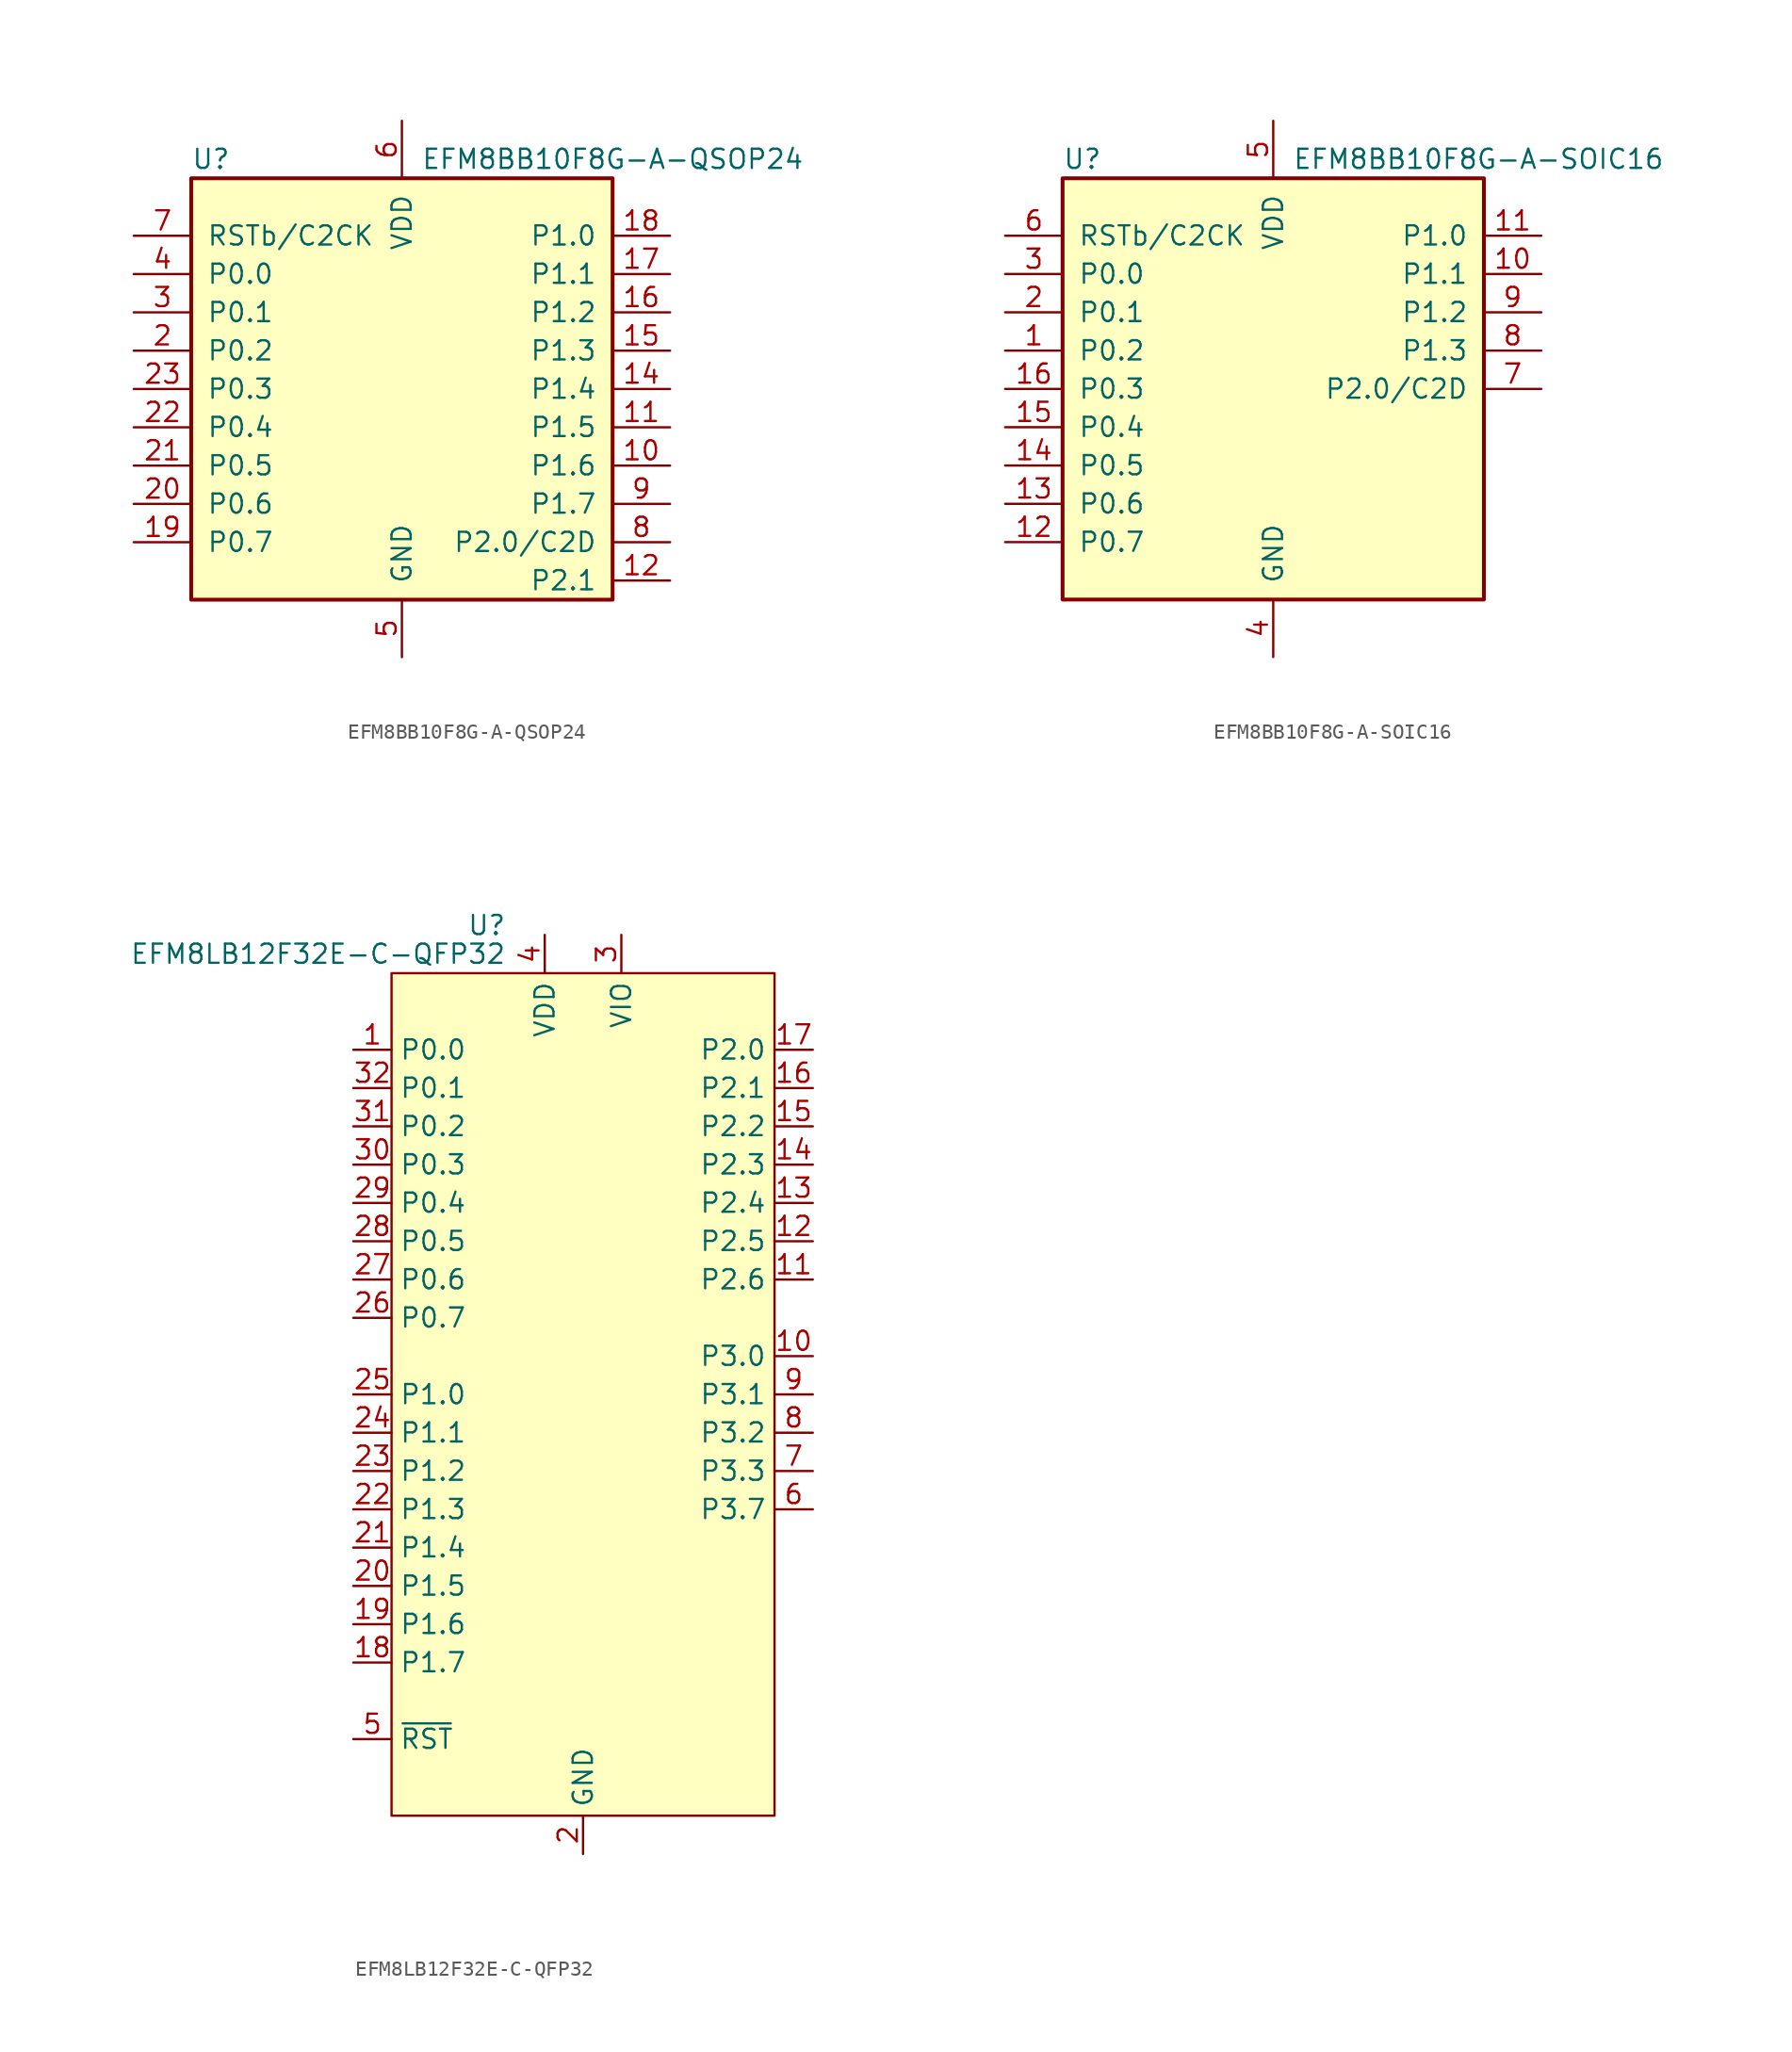
<source format=kicad_sym>
(kicad_symbol_lib
  (version 20231120)
  (generator "kicad_symbol_editor")
  (generator_version "8.0")
  (symbol "EFM8BB10F8G-A-QSOP24"
    (pin_names
      (offset 1.016))
    (property "Reference" "U"
      (at -13.97 15.24 0)
      (effects (font (size 1.27 1.27)) (justify left)))
    (property "Value" "EFM8BB10F8G-A-QSOP24"
      (at 1.27 15.24 0)
      (effects (font (size 1.27 1.27)) (justify left)))
    (symbol "EFM8BB10F8G-A-QSOP24_0_1"
      (rectangle (start -13.97 13.97) (end 13.97 -13.97) (stroke (width 0.254) (type default)) (fill (type background)))
      (pin no_connect line (at 0 2.54 0) (length 3.81) hide (name "NC" (effects (font (size 1.27 1.27)))) (number "1" (effects (font (size 1.27 1.27)))))
      (pin bidirectional line (at 17.78 -5.08 180) (length 3.81) (name "P1.6" (effects (font (size 1.27 1.27)))) (number "10" (effects (font (size 1.27 1.27)))))
      (pin bidirectional line (at 17.78 -2.54 180) (length 3.81) (name "P1.5" (effects (font (size 1.27 1.27)))) (number "11" (effects (font (size 1.27 1.27)))))
      (pin bidirectional line (at 17.78 -12.7 180) (length 3.81) (name "P2.1" (effects (font (size 1.27 1.27)))) (number "12" (effects (font (size 1.27 1.27)))))
      (pin no_connect line (at 0 0 0) (length 3.81) hide (name "NC" (effects (font (size 1.27 1.27)))) (number "13" (effects (font (size 1.27 1.27)))))
      (pin bidirectional line (at 17.78 0 180) (length 3.81) (name "P1.4" (effects (font (size 1.27 1.27)))) (number "14" (effects (font (size 1.27 1.27)))))
      (pin bidirectional line (at 17.78 2.54 180) (length 3.81) (name "P1.3" (effects (font (size 1.27 1.27)))) (number "15" (effects (font (size 1.27 1.27)))))
      (pin bidirectional line (at 17.78 5.08 180) (length 3.81) (name "P1.2" (effects (font (size 1.27 1.27)))) (number "16" (effects (font (size 1.27 1.27)))))
      (pin bidirectional line (at 17.78 7.62 180) (length 3.81) (name "P1.1" (effects (font (size 1.27 1.27)))) (number "17" (effects (font (size 1.27 1.27)))))
      (pin bidirectional line (at 17.78 10.16 180) (length 3.81) (name "P1.0" (effects (font (size 1.27 1.27)))) (number "18" (effects (font (size 1.27 1.27)))))
      (pin bidirectional line (at -17.78 -10.16 0) (length 3.81) (name "P0.7" (effects (font (size 1.27 1.27)))) (number "19" (effects (font (size 1.27 1.27)))))
      (pin bidirectional line (at -17.78 2.54 0) (length 3.81) (name "P0.2" (effects (font (size 1.27 1.27)))) (number "2" (effects (font (size 1.27 1.27)))))
      (pin bidirectional line (at -17.78 -7.62 0) (length 3.81) (name "P0.6" (effects (font (size 1.27 1.27)))) (number "20" (effects (font (size 1.27 1.27)))))
      (pin bidirectional line (at -17.78 -5.08 0) (length 3.81) (name "P0.5" (effects (font (size 1.27 1.27)))) (number "21" (effects (font (size 1.27 1.27)))))
      (pin bidirectional line (at -17.78 -2.54 0) (length 3.81) (name "P0.4" (effects (font (size 1.27 1.27)))) (number "22" (effects (font (size 1.27 1.27)))))
      (pin bidirectional line (at -17.78 0 0) (length 3.81) (name "P0.3" (effects (font (size 1.27 1.27)))) (number "23" (effects (font (size 1.27 1.27)))))
      (pin no_connect line (at 0 -2.54 0) (length 3.81) hide (name "NC" (effects (font (size 1.27 1.27)))) (number "24" (effects (font (size 1.27 1.27)))))
      (pin bidirectional line (at -17.78 5.08 0) (length 3.81) (name "P0.1" (effects (font (size 1.27 1.27)))) (number "3" (effects (font (size 1.27 1.27)))))
      (pin bidirectional line (at -17.78 7.62 0) (length 3.81) (name "P0.0" (effects (font (size 1.27 1.27)))) (number "4" (effects (font (size 1.27 1.27)))))
      (pin power_in line (at 0 -17.78 90) (length 3.81) (name "GND" (effects (font (size 1.27 1.27)))) (number "5" (effects (font (size 1.27 1.27)))))
      (pin power_in line (at 0 17.78 270) (length 3.81) (name "VDD" (effects (font (size 1.27 1.27)))) (number "6" (effects (font (size 1.27 1.27)))))
      (pin input line (at -17.78 10.16 0) (length 3.81) (name "RSTb/C2CK" (effects (font (size 1.27 1.27)))) (number "7" (effects (font (size 1.27 1.27)))))
      (pin bidirectional line (at 17.78 -10.16 180) (length 3.81) (name "P2.0/C2D" (effects (font (size 1.27 1.27)))) (number "8" (effects (font (size 1.27 1.27)))))
      (pin bidirectional line (at 17.78 -7.62 180) (length 3.81) (name "P1.7" (effects (font (size 1.27 1.27)))) (number "9" (effects (font (size 1.27 1.27)))))))
  (symbol "EFM8BB10F8G-A-SOIC16"
    (pin_names
      (offset 1.016))
    (property "Reference" "U"
      (at -13.97 15.24 0)
      (effects (font (size 1.27 1.27)) (justify left)))
    (property "Value" "EFM8BB10F8G-A-SOIC16"
      (at 1.27 15.24 0)
      (effects (font (size 1.27 1.27)) (justify left)))
    (symbol "EFM8BB10F8G-A-SOIC16_0_1"
      (rectangle (start -13.97 13.97) (end 13.97 -13.97) (stroke (width 0.254) (type default)) (fill (type background)))
      (pin bidirectional line (at -17.78 2.54 0) (length 3.81) (name "P0.2" (effects (font (size 1.27 1.27)))) (number "1" (effects (font (size 1.27 1.27)))))
      (pin bidirectional line (at 17.78 7.62 180) (length 3.81) (name "P1.1" (effects (font (size 1.27 1.27)))) (number "10" (effects (font (size 1.27 1.27)))))
      (pin bidirectional line (at 17.78 10.16 180) (length 3.81) (name "P1.0" (effects (font (size 1.27 1.27)))) (number "11" (effects (font (size 1.27 1.27)))))
      (pin bidirectional line (at -17.78 -10.16 0) (length 3.81) (name "P0.7" (effects (font (size 1.27 1.27)))) (number "12" (effects (font (size 1.27 1.27)))))
      (pin bidirectional line (at -17.78 -7.62 0) (length 3.81) (name "P0.6" (effects (font (size 1.27 1.27)))) (number "13" (effects (font (size 1.27 1.27)))))
      (pin bidirectional line (at -17.78 -5.08 0) (length 3.81) (name "P0.5" (effects (font (size 1.27 1.27)))) (number "14" (effects (font (size 1.27 1.27)))))
      (pin bidirectional line (at -17.78 -2.54 0) (length 3.81) (name "P0.4" (effects (font (size 1.27 1.27)))) (number "15" (effects (font (size 1.27 1.27)))))
      (pin bidirectional line (at -17.78 0 0) (length 3.81) (name "P0.3" (effects (font (size 1.27 1.27)))) (number "16" (effects (font (size 1.27 1.27)))))
      (pin bidirectional line (at -17.78 5.08 0) (length 3.81) (name "P0.1" (effects (font (size 1.27 1.27)))) (number "2" (effects (font (size 1.27 1.27)))))
      (pin bidirectional line (at -17.78 7.62 0) (length 3.81) (name "P0.0" (effects (font (size 1.27 1.27)))) (number "3" (effects (font (size 1.27 1.27)))))
      (pin power_in line (at 0 -17.78 90) (length 3.81) (name "GND" (effects (font (size 1.27 1.27)))) (number "4" (effects (font (size 1.27 1.27)))))
      (pin power_in line (at 0 17.78 270) (length 3.81) (name "VDD" (effects (font (size 1.27 1.27)))) (number "5" (effects (font (size 1.27 1.27)))))
      (pin input line (at -17.78 10.16 0) (length 3.81) (name "RSTb/C2CK" (effects (font (size 1.27 1.27)))) (number "6" (effects (font (size 1.27 1.27)))))
      (pin bidirectional line (at 17.78 0 180) (length 3.81) (name "P2.0/C2D" (effects (font (size 1.27 1.27)))) (number "7" (effects (font (size 1.27 1.27)))))
      (pin bidirectional line (at 17.78 2.54 180) (length 3.81) (name "P1.3" (effects (font (size 1.27 1.27)))) (number "8" (effects (font (size 1.27 1.27)))))
      (pin bidirectional line (at 17.78 5.08 180) (length 3.81) (name "P1.2" (effects (font (size 1.27 1.27)))) (number "9" (effects (font (size 1.27 1.27)))))))
  (symbol "EFM8LB12F32E-C-QFP32"
    (property "Reference" "U"
      (at -5.08 31.115 0)
      (effects (font (size 1.27 1.27)) (justify right)))
    (property "Value" "EFM8LB12F32E-C-QFP32"
      (at -5.08 29.21 0)
      (effects (font (size 1.27 1.27)) (justify right)))
    (symbol "EFM8LB12F32E-C-QFP32_0_0"
      (pin bidirectional line (at -15.24 22.86 0) (length 2.54) (name "P0.0" (effects (font (size 1.27 1.27)))) (number "1" (effects (font (size 1.27 1.27)))))
      (pin bidirectional line (at 15.24 2.54 180) (length 2.54) (name "P3.0" (effects (font (size 1.27 1.27)))) (number "10" (effects (font (size 1.27 1.27)))))
      (pin bidirectional line (at 15.24 7.62 180) (length 2.54) (name "P2.6" (effects (font (size 1.27 1.27)))) (number "11" (effects (font (size 1.27 1.27)))))
      (pin bidirectional line (at 15.24 10.16 180) (length 2.54) (name "P2.5" (effects (font (size 1.27 1.27)))) (number "12" (effects (font (size 1.27 1.27)))))
      (pin bidirectional line (at 15.24 12.7 180) (length 2.54) (name "P2.4" (effects (font (size 1.27 1.27)))) (number "13" (effects (font (size 1.27 1.27)))))
      (pin bidirectional line (at 15.24 15.24 180) (length 2.54) (name "P2.3" (effects (font (size 1.27 1.27)))) (number "14" (effects (font (size 1.27 1.27)))))
      (pin bidirectional line (at 15.24 17.78 180) (length 2.54) (name "P2.2" (effects (font (size 1.27 1.27)))) (number "15" (effects (font (size 1.27 1.27)))))
      (pin bidirectional line (at 15.24 20.32 180) (length 2.54) (name "P2.1" (effects (font (size 1.27 1.27)))) (number "16" (effects (font (size 1.27 1.27)))))
      (pin bidirectional line (at 15.24 22.86 180) (length 2.54) (name "P2.0" (effects (font (size 1.27 1.27)))) (number "17" (effects (font (size 1.27 1.27)))))
      (pin bidirectional line (at -15.24 -17.78 0) (length 2.54) (name "P1.7" (effects (font (size 1.27 1.27)))) (number "18" (effects (font (size 1.27 1.27)))))
      (pin bidirectional line (at -15.24 -15.24 0) (length 2.54) (name "P1.6" (effects (font (size 1.27 1.27)))) (number "19" (effects (font (size 1.27 1.27)))))
      (pin power_in line (at 0 -30.48 90) (length 2.54) (name "GND" (effects (font (size 1.27 1.27)))) (number "2" (effects (font (size 1.27 1.27)))))
      (pin bidirectional line (at -15.24 -12.7 0) (length 2.54) (name "P1.5" (effects (font (size 1.27 1.27)))) (number "20" (effects (font (size 1.27 1.27)))))
      (pin bidirectional line (at -15.24 -10.16 0) (length 2.54) (name "P1.4" (effects (font (size 1.27 1.27)))) (number "21" (effects (font (size 1.27 1.27)))))
      (pin bidirectional line (at -15.24 -7.62 0) (length 2.54) (name "P1.3" (effects (font (size 1.27 1.27)))) (number "22" (effects (font (size 1.27 1.27)))))
      (pin bidirectional line (at -15.24 -5.08 0) (length 2.54) (name "P1.2" (effects (font (size 1.27 1.27)))) (number "23" (effects (font (size 1.27 1.27)))))
      (pin bidirectional line (at -15.24 -2.54 0) (length 2.54) (name "P1.1" (effects (font (size 1.27 1.27)))) (number "24" (effects (font (size 1.27 1.27)))))
      (pin bidirectional line (at -15.24 0 0) (length 2.54) (name "P1.0" (effects (font (size 1.27 1.27)))) (number "25" (effects (font (size 1.27 1.27)))))
      (pin bidirectional line (at -15.24 5.08 0) (length 2.54) (name "P0.7" (effects (font (size 1.27 1.27)))) (number "26" (effects (font (size 1.27 1.27)))))
      (pin bidirectional line (at -15.24 7.62 0) (length 2.54) (name "P0.6" (effects (font (size 1.27 1.27)))) (number "27" (effects (font (size 1.27 1.27)))))
      (pin bidirectional line (at -15.24 10.16 0) (length 2.54) (name "P0.5" (effects (font (size 1.27 1.27)))) (number "28" (effects (font (size 1.27 1.27)))))
      (pin bidirectional line (at -15.24 12.7 0) (length 2.54) (name "P0.4" (effects (font (size 1.27 1.27)))) (number "29" (effects (font (size 1.27 1.27)))))
      (pin power_in line (at 2.54 30.48 270) (length 2.54) (name "VIO" (effects (font (size 1.27 1.27)))) (number "3" (effects (font (size 1.27 1.27)))))
      (pin bidirectional line (at -15.24 15.24 0) (length 2.54) (name "P0.3" (effects (font (size 1.27 1.27)))) (number "30" (effects (font (size 1.27 1.27)))))
      (pin bidirectional line (at -15.24 17.78 0) (length 2.54) (name "P0.2" (effects (font (size 1.27 1.27)))) (number "31" (effects (font (size 1.27 1.27)))))
      (pin bidirectional line (at -15.24 20.32 0) (length 2.54) (name "P0.1" (effects (font (size 1.27 1.27)))) (number "32" (effects (font (size 1.27 1.27)))))
      (pin power_in line (at -2.54 30.48 270) (length 2.54) (name "VDD" (effects (font (size 1.27 1.27)))) (number "4" (effects (font (size 1.27 1.27)))))
      (pin input line (at -15.24 -22.86 0) (length 2.54) (name "~{RST}" (effects (font (size 1.27 1.27)))) (number "5" (effects (font (size 1.27 1.27)))) (alternate "C2CK" input line))
      (pin bidirectional line (at 15.24 -7.62 180) (length 2.54) (name "P3.7" (effects (font (size 1.27 1.27)))) (number "6" (effects (font (size 1.27 1.27)))) (alternate "C2D" bidirectional line))
      (pin bidirectional line (at 15.24 -5.08 180) (length 2.54) (name "P3.3" (effects (font (size 1.27 1.27)))) (number "7" (effects (font (size 1.27 1.27)))))
      (pin bidirectional line (at 15.24 -2.54 180) (length 2.54) (name "P3.2" (effects (font (size 1.27 1.27)))) (number "8" (effects (font (size 1.27 1.27)))))
      (pin bidirectional line (at 15.24 0 180) (length 2.54) (name "P3.1" (effects (font (size 1.27 1.27)))) (number "9" (effects (font (size 1.27 1.27))))))
    (symbol "EFM8LB12F32E-C-QFP32_0_1"
      (rectangle (start -12.7 27.94) (end 12.7 -27.94) (stroke (width 0.152) (type default)) (fill (type background))))))
</source>
